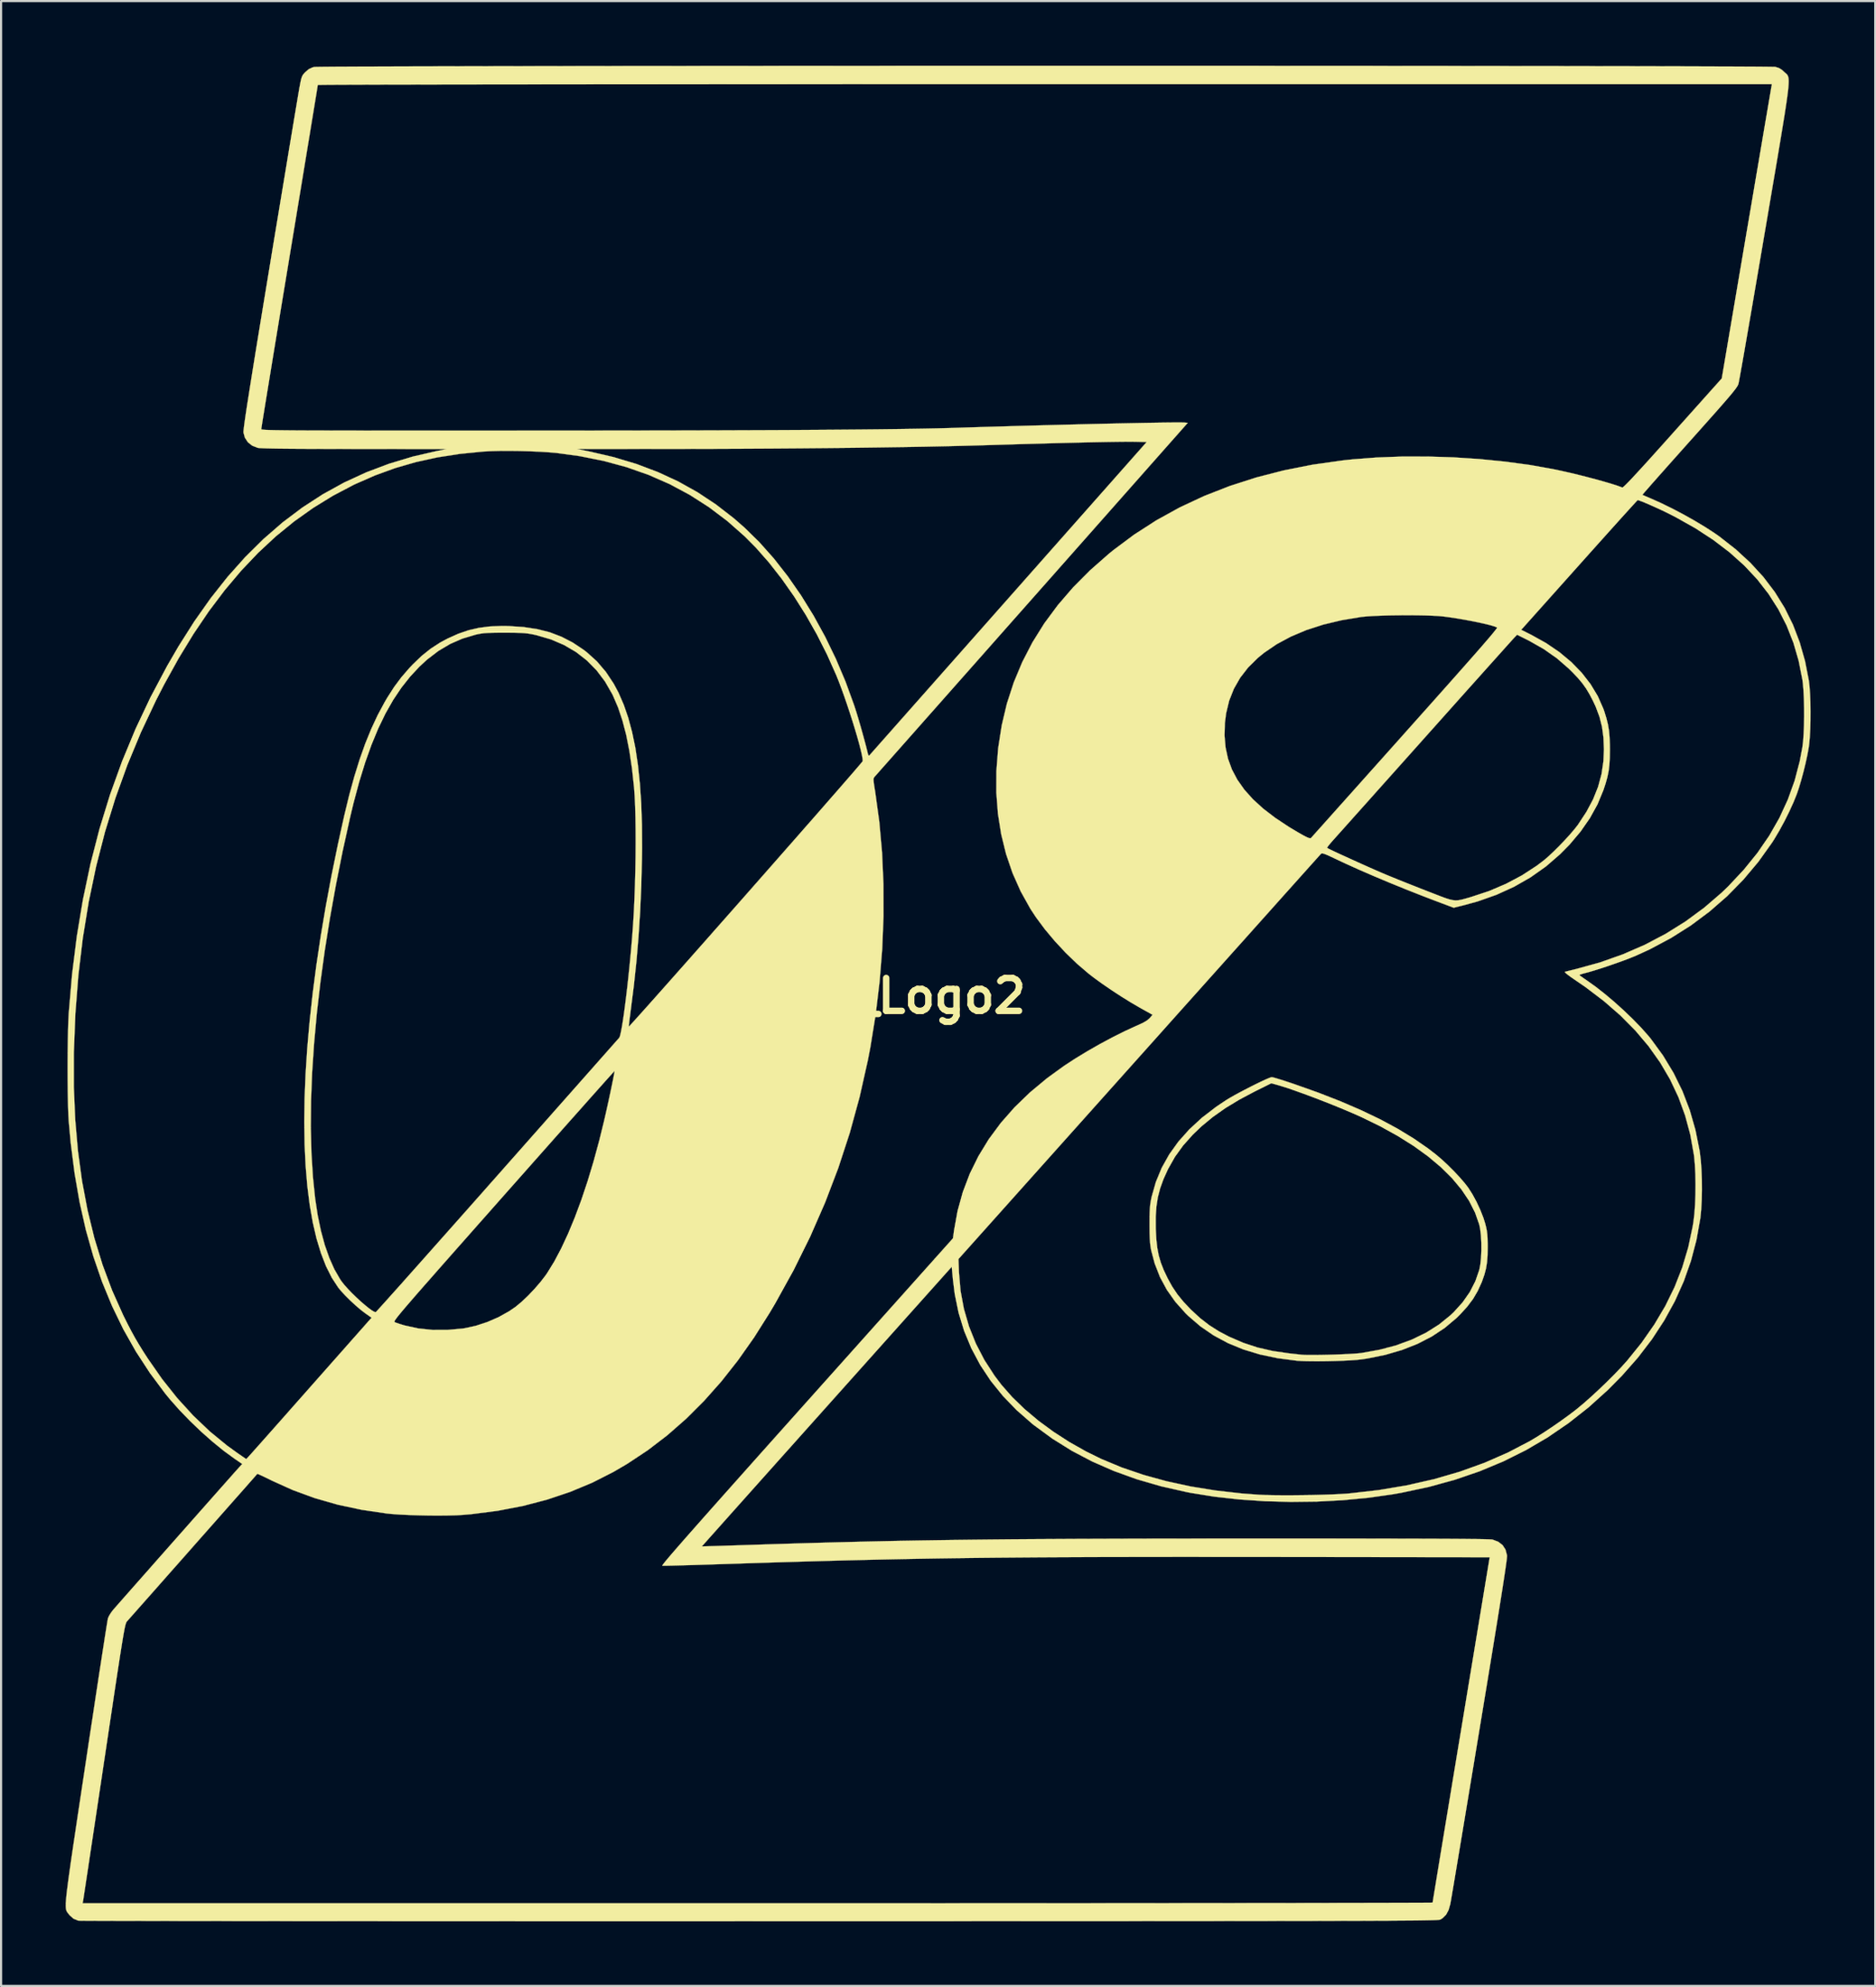
<source format=kicad_pcb>
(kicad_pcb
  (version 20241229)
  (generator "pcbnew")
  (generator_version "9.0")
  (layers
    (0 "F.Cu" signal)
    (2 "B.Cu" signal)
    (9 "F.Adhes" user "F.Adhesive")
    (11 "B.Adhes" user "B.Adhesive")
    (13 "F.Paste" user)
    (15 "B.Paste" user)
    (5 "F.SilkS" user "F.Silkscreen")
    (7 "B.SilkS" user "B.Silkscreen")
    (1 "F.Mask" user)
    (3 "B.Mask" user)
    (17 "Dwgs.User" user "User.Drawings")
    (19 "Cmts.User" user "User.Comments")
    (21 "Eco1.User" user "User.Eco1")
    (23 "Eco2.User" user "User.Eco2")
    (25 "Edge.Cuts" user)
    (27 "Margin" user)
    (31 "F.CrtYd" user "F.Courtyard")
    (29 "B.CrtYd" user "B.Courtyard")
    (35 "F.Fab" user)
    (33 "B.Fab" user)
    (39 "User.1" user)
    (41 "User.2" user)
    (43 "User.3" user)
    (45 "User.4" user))
  (footprint "z80_Logo2"
    (layer "F.Cu")
    (at 38.504 43.189)
    (property "Reference" "z80_Logo2" (at 0 0 0) (layer "F.SilkS") (effects (font (size 1.524 1.524) (thickness 0.3))))
    (attr through_hole)
    (fp_poly (pts (xy 17.574 3.781) (xy 17.706 3.818) (xy 17.894 3.875) (xy 18.124 3.948) (xy 18.384 4.034) (xy 18.545 4.088) (xy 19.667 4.486) (xy 20.707 4.892) (xy 21.667 5.306) (xy 22.551 5.73) (xy 23.36 6.166) (xy 24.098 6.615) (xy 24.766 7.077) (xy 25.134 7.361) (xy 25.403 7.589) (xy 25.687 7.853) (xy 25.97 8.135) (xy 26.234 8.417) (xy 26.463 8.682) (xy 26.631 8.899) (xy 26.824 9.202) (xy 27.016 9.556) (xy 27.19 9.931) (xy 27.334 10.297) (xy 27.419 10.567) (xy 27.464 10.747) (xy 27.496 10.908) (xy 27.516 11.071) (xy 27.528 11.261) (xy 27.533 11.501) (xy 27.534 11.642) (xy 27.529 12.027) (xy 27.504 12.355) (xy 27.457 12.649) (xy 27.382 12.935) (xy 27.276 13.237) (xy 27.255 13.291) (xy 27.072 13.693) (xy 26.854 14.065) (xy 26.586 14.421) (xy 26.257 14.782) (xy 26.083 14.953) (xy 25.544 15.407) (xy 24.943 15.806) (xy 24.28 16.148) (xy 23.557 16.433) (xy 22.776 16.661) (xy 21.937 16.831) (xy 21.675 16.87) (xy 21.452 16.894) (xy 21.162 16.915) (xy 20.824 16.932) (xy 20.454 16.945) (xy 20.071 16.954) (xy 19.692 16.958) (xy 19.336 16.957) (xy 19.019 16.951) (xy 18.761 16.939) (xy 18.669 16.932) (xy 17.781 16.816) (xy 16.953 16.641) (xy 16.182 16.407) (xy 15.467 16.113) (xy 14.806 15.757) (xy 14.196 15.339) (xy 13.635 14.857) (xy 13.504 14.729) (xy 13.031 14.2) (xy 12.637 13.643) (xy 12.318 13.052) (xy 12.072 12.422) (xy 11.909 11.811) (xy 11.88 11.65) (xy 11.858 11.475) (xy 11.844 11.27) (xy 11.835 11.018) (xy 11.832 10.702) (xy 11.832 10.604) (xy 11.833 10.295) (xy 11.834 10.239) (xy 12.118 10.239) (xy 12.119 10.764) (xy 12.121 10.837) (xy 12.145 11.293) (xy 12.189 11.688) (xy 12.257 12.043) (xy 12.356 12.382) (xy 12.49 12.725) (xy 12.666 13.095) (xy 12.669 13.102) (xy 12.885 13.493) (xy 13.125 13.85) (xy 13.407 14.196) (xy 13.747 14.555) (xy 13.755 14.563) (xy 14.176 14.952) (xy 14.599 15.28) (xy 15.05 15.567) (xy 15.515 15.812) (xy 16.174 16.098) (xy 16.848 16.32) (xy 17.554 16.482) (xy 18.309 16.591) (xy 18.508 16.613) (xy 18.691 16.633) (xy 18.832 16.648) (xy 18.881 16.654) (xy 19.02 16.663) (xy 19.228 16.668) (xy 19.49 16.668) (xy 19.792 16.664) (xy 20.116 16.657) (xy 20.449 16.648) (xy 20.775 16.635) (xy 21.079 16.621) (xy 21.345 16.605) (xy 21.559 16.588) (xy 21.673 16.575) (xy 22.512 16.424) (xy 23.293 16.216) (xy 24.014 15.951) (xy 24.674 15.631) (xy 25.272 15.254) (xy 25.806 14.822) (xy 25.954 14.682) (xy 26.369 14.224) (xy 26.705 13.744) (xy 26.964 13.237) (xy 27.143 12.721) (xy 27.193 12.469) (xy 27.226 12.158) (xy 27.242 11.813) (xy 27.24 11.457) (xy 27.221 11.116) (xy 27.185 10.812) (xy 27.142 10.608) (xy 26.949 10.058) (xy 26.674 9.515) (xy 26.316 8.982) (xy 25.879 8.459) (xy 25.363 7.948) (xy 24.771 7.45) (xy 24.103 6.967) (xy 23.36 6.5) (xy 22.546 6.05) (xy 21.689 5.632) (xy 21.3 5.458) (xy 20.868 5.274) (xy 20.408 5.085) (xy 19.935 4.897) (xy 19.462 4.715) (xy 19.003 4.544) (xy 18.573 4.39) (xy 18.186 4.258) (xy 17.856 4.155) (xy 17.742 4.122) (xy 17.486 4.051) (xy 16.712 4.435) (xy 15.996 4.815) (xy 15.353 5.205) (xy 14.774 5.614) (xy 14.248 6.048) (xy 13.843 6.435) (xy 13.392 6.94) (xy 13.014 7.463) (xy 12.698 8.021) (xy 12.676 8.065) (xy 12.476 8.508) (xy 12.325 8.927) (xy 12.217 9.341) (xy 12.15 9.772) (xy 12.118 10.239) (xy 11.834 10.239) (xy 11.838 10.051) (xy 11.848 9.855) (xy 11.863 9.688) (xy 11.887 9.533) (xy 11.919 9.369) (xy 11.931 9.317) (xy 12.126 8.632) (xy 12.397 7.978) (xy 12.745 7.355) (xy 13.171 6.761) (xy 13.675 6.196) (xy 14.257 5.658) (xy 14.92 5.148) (xy 15.381 4.839) (xy 15.549 4.737) (xy 15.759 4.617) (xy 15.999 4.486) (xy 16.256 4.351) (xy 16.518 4.216) (xy 16.774 4.088) (xy 17.01 3.974) (xy 17.215 3.879) (xy 17.376 3.81) (xy 17.481 3.773) (xy 17.509 3.768) (xy 17.574 3.781)) (stroke (width 0.01) (type solid)) (fill yes) (layer "F.SilkS"))
    (fp_poly (pts (xy 9.259 -43.184) (xy 10.725 -43.184) (xy 12.185 -43.184) (xy 13.636 -43.183) (xy 15.075 -43.183) (xy 16.501 -43.183) (xy 17.911 -43.182) (xy 19.303 -43.181) (xy 20.673 -43.181) (xy 22.02 -43.18) (xy 23.34 -43.179) (xy 24.633 -43.178) (xy 25.894 -43.177) (xy 27.122 -43.176) (xy 28.315 -43.174) (xy 29.469 -43.173) (xy 30.582 -43.172) (xy 31.653 -43.17) (xy 32.677 -43.168) (xy 33.654 -43.167) (xy 34.58 -43.165) (xy 35.453 -43.163) (xy 36.27 -43.161) (xy 37.03 -43.159) (xy 37.729 -43.156) (xy 38.365 -43.154) (xy 38.936 -43.152) (xy 39.44 -43.149) (xy 39.873 -43.147) (xy 40.233 -43.144) (xy 40.518 -43.141) (xy 40.726 -43.138) (xy 40.854 -43.136) (xy 40.898 -43.133) (xy 41.066 -43.079) (xy 41.21 -42.987) (xy 41.297 -42.906) (xy 41.338 -42.868) (xy 41.376 -42.836) (xy 41.41 -42.806) (xy 41.44 -42.774) (xy 41.465 -42.737) (xy 41.485 -42.69) (xy 41.5 -42.63) (xy 41.509 -42.554) (xy 41.512 -42.456) (xy 41.508 -42.334) (xy 41.497 -42.183) (xy 41.478 -42.001) (xy 41.45 -41.782) (xy 41.414 -41.523) (xy 41.369 -41.221) (xy 41.315 -40.871) (xy 41.25 -40.47) (xy 41.175 -40.014) (xy 41.089 -39.5) (xy 40.992 -38.922) (xy 40.883 -38.278) (xy 40.761 -37.564) (xy 40.627 -36.775) (xy 40.48 -35.909) (xy 40.405 -35.471) (xy 40.277 -34.719) (xy 40.152 -33.987) (xy 40.031 -33.28) (xy 39.915 -32.603) (xy 39.805 -31.96) (xy 39.7 -31.356) (xy 39.603 -30.795) (xy 39.514 -30.283) (xy 39.434 -29.822) (xy 39.363 -29.419) (xy 39.302 -29.077) (xy 39.253 -28.802) (xy 39.215 -28.597) (xy 39.19 -28.467) (xy 39.18 -28.42) (xy 39.163 -28.375) (xy 39.136 -28.322) (xy 39.094 -28.256) (xy 39.034 -28.172) (xy 38.952 -28.067) (xy 38.845 -27.935) (xy 38.708 -27.773) (xy 38.538 -27.576) (xy 38.331 -27.339) (xy 38.084 -27.059) (xy 37.792 -26.731) (xy 37.453 -26.35) (xy 37.062 -25.912) (xy 36.911 -25.744) (xy 36.564 -25.355) (xy 36.234 -24.985) (xy 35.925 -24.639) (xy 35.642 -24.32) (xy 35.389 -24.035) (xy 35.17 -23.787) (xy 34.99 -23.582) (xy 34.852 -23.424) (xy 34.761 -23.318) (xy 34.721 -23.27) (xy 34.72 -23.267) (xy 34.763 -23.247) (xy 34.866 -23.201) (xy 35.012 -23.139) (xy 35.115 -23.095) (xy 35.599 -22.878) (xy 36.112 -22.627) (xy 36.635 -22.352) (xy 37.147 -22.064) (xy 37.63 -21.774) (xy 38.064 -21.493) (xy 38.291 -21.334) (xy 39.05 -20.74) (xy 39.731 -20.114) (xy 40.337 -19.453) (xy 40.867 -18.756) (xy 41.324 -18.019) (xy 41.709 -17.241) (xy 42.024 -16.419) (xy 42.271 -15.549) (xy 42.448 -14.647) (xy 42.481 -14.367) (xy 42.505 -14.023) (xy 42.521 -13.633) (xy 42.527 -13.219) (xy 42.525 -12.799) (xy 42.514 -12.393) (xy 42.494 -12.021) (xy 42.465 -11.702) (xy 42.446 -11.557) (xy 42.383 -11.208) (xy 42.298 -10.816) (xy 42.198 -10.406) (xy 42.09 -10.005) (xy 41.98 -9.64) (xy 41.889 -9.374) (xy 41.732 -8.984) (xy 41.535 -8.553) (xy 41.312 -8.107) (xy 41.074 -7.67) (xy 40.836 -7.269) (xy 40.735 -7.112) (xy 40.103 -6.228) (xy 39.408 -5.401) (xy 38.653 -4.631) (xy 37.839 -3.922) (xy 36.968 -3.273) (xy 36.042 -2.688) (xy 35.063 -2.166) (xy 34.396 -1.861) (xy 34.146 -1.76) (xy 33.841 -1.644) (xy 33.502 -1.522) (xy 33.149 -1.399) (xy 32.803 -1.284) (xy 32.484 -1.184) (xy 32.213 -1.104) (xy 32.099 -1.074) (xy 31.952 -1.035) (xy 31.844 -1) (xy 31.795 -0.977) (xy 31.794 -0.975) (xy 31.827 -0.943) (xy 31.916 -0.877) (xy 32.046 -0.786) (xy 32.143 -0.72) (xy 32.544 -0.434) (xy 32.973 -0.098) (xy 33.415 0.274) (xy 33.852 0.668) (xy 34.27 1.069) (xy 34.653 1.463) (xy 34.985 1.836) (xy 35.112 1.99) (xy 35.677 2.764) (xy 36.165 3.571) (xy 36.578 4.414) (xy 36.917 5.296) (xy 37.182 6.218) (xy 37.376 7.184) (xy 37.387 7.26) (xy 37.431 7.627) (xy 37.462 8.054) (xy 37.48 8.519) (xy 37.484 8.997) (xy 37.474 9.466) (xy 37.451 9.903) (xy 37.414 10.284) (xy 37.408 10.329) (xy 37.23 11.327) (xy 36.974 12.298) (xy 36.641 13.243) (xy 36.228 14.164) (xy 35.735 15.061) (xy 35.162 15.937) (xy 34.508 16.791) (xy 33.772 17.626) (xy 33.112 18.293) (xy 32.222 19.096) (xy 31.293 19.827) (xy 30.325 20.489) (xy 29.314 21.082) (xy 28.257 21.608) (xy 27.153 22.068) (xy 25.998 22.463) (xy 24.79 22.794) (xy 23.526 23.063) (xy 23.128 23.133) (xy 21.99 23.295) (xy 20.811 23.408) (xy 19.607 23.472) (xy 18.392 23.487) (xy 17.183 23.454) (xy 15.995 23.373) (xy 14.843 23.244) (xy 13.743 23.067) (xy 13.547 23.029) (xy 12.362 22.76) (xy 11.24 22.435) (xy 10.178 22.053) (xy 9.172 21.613) (xy 8.222 21.114) (xy 7.324 20.554) (xy 6.476 19.934) (xy 6.378 19.856) (xy 5.661 19.229) (xy 5.02 18.566) (xy 4.456 17.867) (xy 3.968 17.131) (xy 3.557 16.36) (xy 3.222 15.553) (xy 2.964 14.711) (xy 2.784 13.834) (xy 2.698 13.144) (xy 2.646 12.57) (xy -3.159 19.059) (xy -3.727 19.694) (xy -4.28 20.312) (xy -4.815 20.911) (xy -5.33 21.486) (xy -5.821 22.036) (xy -6.287 22.557) (xy -6.724 23.046) (xy -7.13 23.501) (xy -7.503 23.918) (xy -7.839 24.295) (xy -8.136 24.628) (xy -8.392 24.915) (xy -8.604 25.152) (xy -8.768 25.337) (xy -8.884 25.467) (xy -8.947 25.539) (xy -8.959 25.553) (xy -8.917 25.553) (xy -8.799 25.55) (xy -8.615 25.545) (xy -8.374 25.538) (xy -8.085 25.529) (xy -7.756 25.518) (xy -7.398 25.507) (xy -7.303 25.504) (xy -6.359 25.473) (xy -5.45 25.444) (xy -4.571 25.417) (xy -3.717 25.392) (xy -2.883 25.369) (xy -2.064 25.348) (xy -1.255 25.328) (xy -0.45 25.31) (xy 0.354 25.293) (xy 1.163 25.278) (xy 1.982 25.265) (xy 2.816 25.253) (xy 3.67 25.242) (xy 4.549 25.232) (xy 5.458 25.223) (xy 6.402 25.216) (xy 7.385 25.21) (xy 8.414 25.204) (xy 9.493 25.2) (xy 10.626 25.196) (xy 11.819 25.193) (xy 13.078 25.191) (xy 14.406 25.19) (xy 15.809 25.189) (xy 17.243 25.189) (xy 18.421 25.189) (xy 19.517 25.189) (xy 20.533 25.19) (xy 21.471 25.19) (xy 22.333 25.191) (xy 23.122 25.193) (xy 23.841 25.194) (xy 24.49 25.196) (xy 25.074 25.198) (xy 25.593 25.2) (xy 26.051 25.203) (xy 26.449 25.206) (xy 26.789 25.21) (xy 27.075 25.213) (xy 27.309 25.217) (xy 27.492 25.222) (xy 27.627 25.227) (xy 27.716 25.232) (xy 27.762 25.238) (xy 27.763 25.238) (xy 28.027 25.339) (xy 28.227 25.494) (xy 28.361 25.702) (xy 28.43 25.965) (xy 28.432 25.98) (xy 28.43 26.032) (xy 28.421 26.132) (xy 28.402 26.283) (xy 28.374 26.487) (xy 28.336 26.746) (xy 28.288 27.064) (xy 28.23 27.442) (xy 28.16 27.882) (xy 28.08 28.387) (xy 27.988 28.96) (xy 27.884 29.601) (xy 27.768 30.315) (xy 27.639 31.102) (xy 27.497 31.966) (xy 27.341 32.909) (xy 27.172 33.933) (xy 27.162 33.994) (xy 27.028 34.801) (xy 26.898 35.588) (xy 26.771 36.352) (xy 26.649 37.088) (xy 26.532 37.791) (xy 26.421 38.458) (xy 26.317 39.084) (xy 26.22 39.664) (xy 26.131 40.195) (xy 26.051 40.672) (xy 25.981 41.09) (xy 25.921 41.446) (xy 25.872 41.734) (xy 25.835 41.951) (xy 25.81 42.093) (xy 25.8 42.149) (xy 25.719 42.434) (xy 25.602 42.651) (xy 25.442 42.811) (xy 25.343 42.874) (xy 25.332 42.879) (xy 25.314 42.883) (xy 25.288 42.887) (xy 25.251 42.891) (xy 25.203 42.895) (xy 25.14 42.899) (xy 25.062 42.902) (xy 24.967 42.905) (xy 24.852 42.908) (xy 24.716 42.911) (xy 24.558 42.914) (xy 24.375 42.917) (xy 24.165 42.92) (xy 23.928 42.922) (xy 23.661 42.924) (xy 23.361 42.926) (xy 23.029 42.929) (xy 22.661 42.93) (xy 22.256 42.932) (xy 21.812 42.934) (xy 21.327 42.936) (xy 20.8 42.937) (xy 20.228 42.938) (xy 19.611 42.94) (xy 18.946 42.941) (xy 18.231 42.942) (xy 17.464 42.943) (xy 16.645 42.944) (xy 15.77 42.945) (xy 14.839 42.946) (xy 13.849 42.947) (xy 12.799 42.947) (xy 11.686 42.948) (xy 10.51 42.949) (xy 9.267 42.949) (xy 7.958 42.95) (xy 6.579 42.95) (xy 5.128 42.951) (xy 3.605 42.951) (xy 2.008 42.952) (xy 0.333 42.952) (xy -1.419 42.952) (xy -3.252 42.953) (xy -5.167 42.953) (xy -6.287 42.953) (xy -7.917 42.954) (xy -9.528 42.954) (xy -11.116 42.954) (xy -12.679 42.954) (xy -14.215 42.954) (xy -15.722 42.954) (xy -17.199 42.954) (xy -18.642 42.953) (xy -20.05 42.953) (xy -21.421 42.953) (xy -22.752 42.952) (xy -24.042 42.951) (xy -25.288 42.951) (xy -26.489 42.95) (xy -27.642 42.949) (xy -28.745 42.948) (xy -29.797 42.947) (xy -30.794 42.946) (xy -31.735 42.945) (xy -32.618 42.944) (xy -33.441 42.943) (xy -34.202 42.942) (xy -34.898 42.94) (xy -35.527 42.939) (xy -36.088 42.938) (xy -36.578 42.936) (xy -36.995 42.935) (xy -37.338 42.933) (xy -37.603 42.932) (xy -37.79 42.93) (xy -37.895 42.928) (xy -37.919 42.927) (xy -38.139 42.837) (xy -38.322 42.676) (xy -38.365 42.62) (xy -38.394 42.582) (xy -38.421 42.548) (xy -38.444 42.514) (xy -38.464 42.476) (xy -38.48 42.429) (xy -38.491 42.37) (xy -38.498 42.296) (xy -38.499 42.201) (xy -38.497 42.122) (xy -37.721 42.122) (xy -6.372 42.122) (xy -4.746 42.122) (xy -3.14 42.121) (xy -1.558 42.121) (xy -0.001 42.121) (xy 1.529 42.121) (xy 3.03 42.12) (xy 4.5 42.12) (xy 5.936 42.119) (xy 7.337 42.118) (xy 8.7 42.118) (xy 10.023 42.117) (xy 11.305 42.116) (xy 12.543 42.115) (xy 13.735 42.114) (xy 14.879 42.113) (xy 15.973 42.112) (xy 17.015 42.111) (xy 18.003 42.11) (xy 18.934 42.109) (xy 19.807 42.107) (xy 20.62 42.106) (xy 21.37 42.105) (xy 22.055 42.103) (xy 22.674 42.102) (xy 23.224 42.1) (xy 23.703 42.099) (xy 24.109 42.097) (xy 24.44 42.096) (xy 24.694 42.094) (xy 24.868 42.093) (xy 24.962 42.091) (xy 24.978 42.09) (xy 24.985 42.046) (xy 25.005 41.922) (xy 25.037 41.723) (xy 25.082 41.452) (xy 25.137 41.114) (xy 25.203 40.713) (xy 25.279 40.253) (xy 25.364 39.737) (xy 25.458 39.171) (xy 25.559 38.558) (xy 25.668 37.902) (xy 25.783 37.206) (xy 25.903 36.476) (xy 26.029 35.716) (xy 26.159 34.929) (xy 26.294 34.119) (xy 26.304 34.057) (xy 27.628 26.056) (xy 17.762 26.043) (xy 16.26 26.042) (xy 14.837 26.041) (xy 13.488 26.04) (xy 12.208 26.041) (xy 10.992 26.043) (xy 9.834 26.045) (xy 8.729 26.049) (xy 7.671 26.054) (xy 6.656 26.06) (xy 5.678 26.068) (xy 4.732 26.076) (xy 3.812 26.086) (xy 2.914 26.098) (xy 2.031 26.111) (xy 1.159 26.126) (xy 0.293 26.143) (xy -0.574 26.161) (xy -1.445 26.181) (xy -2.327 26.203) (xy -3.225 26.227) (xy -4.144 26.253) (xy -5.09 26.281) (xy -6.067 26.311) (xy -7.081 26.344) (xy -8.097 26.377) (xy -8.562 26.392) (xy -9.003 26.406) (xy -9.412 26.419) (xy -9.783 26.429) (xy -10.108 26.438) (xy -10.379 26.445) (xy -10.589 26.45) (xy -10.73 26.452) (xy -10.794 26.451) (xy -10.796 26.451) (xy -10.795 26.437) (xy -10.769 26.397) (xy -10.717 26.328) (xy -10.638 26.23) (xy -10.53 26.101) (xy -10.391 25.937) (xy -10.219 25.738) (xy -10.013 25.501) (xy -9.771 25.224) (xy -9.491 24.906) (xy -9.172 24.545) (xy -8.812 24.138) (xy -8.41 23.685) (xy -7.962 23.182) (xy -7.469 22.628) (xy -6.928 22.021) (xy -6.338 21.359) (xy -5.696 20.64) (xy -5.001 19.863) (xy -4.252 19.025) (xy -4.089 18.843) (xy 1.841 12.213) (xy 2.956 12.213) (xy 2.979 12.827) (xy 3.053 13.686) (xy 3.209 14.524) (xy 3.446 15.341) (xy 3.762 16.131) (xy 4.157 16.894) (xy 4.63 17.625) (xy 4.956 18.055) (xy 5.455 18.622) (xy 6.029 19.178) (xy 6.668 19.715) (xy 7.363 20.226) (xy 8.103 20.705) (xy 8.88 21.144) (xy 9.594 21.495) (xy 10.539 21.888) (xy 11.549 22.232) (xy 12.618 22.527) (xy 13.74 22.77) (xy 14.91 22.96) (xy 16.123 23.097) (xy 16.912 23.155) (xy 17.21 23.168) (xy 17.574 23.176) (xy 17.991 23.18) (xy 18.442 23.18) (xy 18.914 23.175) (xy 19.388 23.168) (xy 19.849 23.156) (xy 20.282 23.142) (xy 20.67 23.124) (xy 20.996 23.104) (xy 21.124 23.093) (xy 22.487 22.937) (xy 23.794 22.716) (xy 25.045 22.432) (xy 26.242 22.084) (xy 27.385 21.672) (xy 28.473 21.196) (xy 29.485 20.668) (xy 29.792 20.486) (xy 30.144 20.263) (xy 30.52 20.013) (xy 30.899 19.751) (xy 31.26 19.491) (xy 31.585 19.246) (xy 31.702 19.153) (xy 32.007 18.898) (xy 32.348 18.596) (xy 32.707 18.264) (xy 33.068 17.917) (xy 33.414 17.572) (xy 33.727 17.245) (xy 33.991 16.952) (xy 34.005 16.937) (xy 34.68 16.102) (xy 35.272 15.254) (xy 35.784 14.391) (xy 36.216 13.509) (xy 36.571 12.604) (xy 36.849 11.673) (xy 37.053 10.713) (xy 37.09 10.487) (xy 37.134 10.119) (xy 37.165 9.691) (xy 37.183 9.225) (xy 37.188 8.744) (xy 37.18 8.272) (xy 37.157 7.831) (xy 37.122 7.445) (xy 37.111 7.366) (xy 36.945 6.44) (xy 36.705 5.55) (xy 36.393 4.696) (xy 36.006 3.875) (xy 35.543 3.087) (xy 35.005 2.329) (xy 34.389 1.601) (xy 33.696 0.902) (xy 32.923 0.23) (xy 32.07 -0.417) (xy 31.585 -0.75) (xy 31.397 -0.879) (xy 31.25 -0.988) (xy 31.153 -1.068) (xy 31.116 -1.113) (xy 31.12 -1.119) (xy 31.183 -1.137) (xy 31.309 -1.169) (xy 31.479 -1.211) (xy 31.644 -1.252) (xy 32.749 -1.557) (xy 33.811 -1.933) (xy 34.83 -2.376) (xy 35.801 -2.886) (xy 36.721 -3.46) (xy 37.588 -4.097) (xy 38.399 -4.795) (xy 38.716 -5.101) (xy 39.428 -5.861) (xy 40.059 -6.64) (xy 40.61 -7.441) (xy 41.081 -8.265) (xy 41.473 -9.116) (xy 41.789 -9.994) (xy 42.028 -10.902) (xy 42.151 -11.557) (xy 42.184 -11.832) (xy 42.208 -12.173) (xy 42.224 -12.559) (xy 42.231 -12.971) (xy 42.23 -13.39) (xy 42.22 -13.798) (xy 42.201 -14.174) (xy 42.174 -14.499) (xy 42.15 -14.688) (xy 41.975 -15.567) (xy 41.731 -16.403) (xy 41.417 -17.198) (xy 41.033 -17.952) (xy 40.577 -18.668) (xy 40.048 -19.347) (xy 39.445 -19.99) (xy 38.767 -20.597) (xy 38.013 -21.172) (xy 37.182 -21.714) (xy 36.273 -22.225) (xy 35.983 -22.374) (xy 35.759 -22.484) (xy 35.52 -22.597) (xy 35.279 -22.707) (xy 35.049 -22.809) (xy 34.843 -22.897) (xy 34.673 -22.965) (xy 34.554 -23.008) (xy 34.498 -23.02) (xy 34.497 -23.02) (xy 34.465 -22.987) (xy 34.38 -22.896) (xy 34.247 -22.75) (xy 34.069 -22.554) (xy 33.85 -22.313) (xy 33.595 -22.03) (xy 33.307 -21.71) (xy 32.99 -21.357) (xy 32.648 -20.976) (xy 32.285 -20.571) (xy 31.905 -20.146) (xy 31.778 -20.004) (xy 29.092 -17) (xy 29.57 -16.76) (xy 30.25 -16.382) (xy 30.867 -15.962) (xy 31.418 -15.503) (xy 31.901 -15.007) (xy 32.311 -14.479) (xy 32.647 -13.922) (xy 32.905 -13.338) (xy 32.951 -13.208) (xy 33.048 -12.895) (xy 33.119 -12.607) (xy 33.167 -12.322) (xy 33.195 -12.014) (xy 33.208 -11.66) (xy 33.21 -11.43) (xy 33.204 -11.05) (xy 33.186 -10.73) (xy 33.151 -10.443) (xy 33.094 -10.166) (xy 33.013 -9.874) (xy 32.906 -9.551) (xy 32.636 -8.899) (xy 32.283 -8.26) (xy 31.85 -7.636) (xy 31.339 -7.03) (xy 30.896 -6.581) (xy 30.241 -6.014) (xy 29.53 -5.512) (xy 28.765 -5.074) (xy 27.945 -4.7) (xy 27.072 -4.392) (xy 26.43 -4.215) (xy 25.957 -4.098) (xy 25.223 -4.373) (xy 24.467 -4.662) (xy 23.707 -4.962) (xy 22.958 -5.267) (xy 22.234 -5.571) (xy 21.55 -5.868) (xy 20.922 -6.152) (xy 20.498 -6.351) (xy 20.257 -6.465) (xy 20.081 -6.545) (xy 19.957 -6.595) (xy 19.876 -6.618) (xy 19.825 -6.619) (xy 19.793 -6.602) (xy 19.792 -6.601) (xy 19.76 -6.565) (xy 19.673 -6.468) (xy 19.534 -6.313) (xy 19.345 -6.102) (xy 19.109 -5.839) (xy 18.827 -5.524) (xy 18.502 -5.161) (xy 18.136 -4.753) (xy 17.732 -4.301) (xy 17.291 -3.808) (xy 16.815 -3.277) (xy 16.308 -2.709) (xy 15.77 -2.109) (xy 15.205 -1.477) (xy 14.614 -0.817) (xy 14 -0.131) (xy 13.365 0.578) (xy 12.711 1.309) (xy 12.041 2.059) (xy 11.356 2.824) (xy 11.345 2.836) (xy 2.956 12.213) (xy 1.841 12.213) (xy 2.702 11.25) (xy 2.752 10.885) (xy 2.916 9.977) (xy 3.16 9.099) (xy 3.482 8.252) (xy 3.884 7.436) (xy 4.364 6.65) (xy 4.922 5.896) (xy 5.559 5.172) (xy 6.274 4.48) (xy 7.068 3.82) (xy 7.853 3.25) (xy 8.365 2.915) (xy 8.927 2.573) (xy 9.516 2.236) (xy 10.11 1.918) (xy 10.687 1.629) (xy 11.225 1.383) (xy 11.282 1.359) (xy 11.526 1.246) (xy 11.701 1.144) (xy 11.821 1.044) (xy 11.839 1.026) (xy 11.972 0.873) (xy 11.373 0.539) (xy 10.955 0.295) (xy 10.51 0.019) (xy 10.06 -0.275) (xy 9.627 -0.572) (xy 9.233 -0.858) (xy 8.996 -1.042) (xy 8.467 -1.494) (xy 7.942 -2) (xy 7.438 -2.541) (xy 6.97 -3.099) (xy 6.555 -3.658) (xy 6.299 -4.048) (xy 5.847 -4.858) (xy 5.47 -5.706) (xy 5.168 -6.592) (xy 5.098 -6.876) (xy 20.076 -6.876) (xy 20.124 -6.849) (xy 20.24 -6.791) (xy 20.412 -6.709) (xy 20.63 -6.607) (xy 20.883 -6.491) (xy 21.162 -6.364) (xy 21.455 -6.231) (xy 21.751 -6.098) (xy 22.041 -5.968) (xy 22.314 -5.848) (xy 22.56 -5.741) (xy 22.767 -5.652) (xy 22.818 -5.631) (xy 23.061 -5.531) (xy 23.364 -5.408) (xy 23.706 -5.271) (xy 24.069 -5.127) (xy 24.432 -4.984) (xy 24.744 -4.862) (xy 25.086 -4.729) (xy 25.361 -4.623) (xy 25.581 -4.542) (xy 25.759 -4.486) (xy 25.907 -4.452) (xy 26.038 -4.438) (xy 26.164 -4.444) (xy 26.297 -4.467) (xy 26.45 -4.506) (xy 26.636 -4.559) (xy 26.776 -4.6) (xy 27.598 -4.872) (xy 28.384 -5.207) (xy 29.124 -5.599) (xy 29.807 -6.043) (xy 30.157 -6.309) (xy 30.362 -6.485) (xy 30.6 -6.709) (xy 30.855 -6.962) (xy 31.11 -7.228) (xy 31.35 -7.491) (xy 31.558 -7.734) (xy 31.72 -7.94) (xy 31.733 -7.959) (xy 32.121 -8.549) (xy 32.43 -9.13) (xy 32.662 -9.71) (xy 32.821 -10.299) (xy 32.911 -10.905) (xy 32.934 -11.451) (xy 32.912 -11.998) (xy 32.845 -12.494) (xy 32.727 -12.963) (xy 32.552 -13.428) (xy 32.428 -13.695) (xy 32.267 -14.003) (xy 32.107 -14.271) (xy 31.931 -14.518) (xy 31.725 -14.763) (xy 31.475 -15.026) (xy 31.295 -15.203) (xy 30.747 -15.679) (xy 30.137 -16.107) (xy 29.46 -16.491) (xy 29.408 -16.517) (xy 28.901 -16.771) (xy 28.764 -16.63) (xy 28.72 -16.582) (xy 28.623 -16.475) (xy 28.476 -16.312) (xy 28.283 -16.096) (xy 28.047 -15.833) (xy 27.771 -15.525) (xy 27.458 -15.176) (xy 27.113 -14.79) (xy 26.737 -14.371) (xy 26.335 -13.922) (xy 25.911 -13.447) (xy 25.466 -12.949) (xy 25.005 -12.433) (xy 24.657 -12.044) (xy 24.182 -11.512) (xy 23.719 -10.994) (xy 23.271 -10.493) (xy 22.842 -10.013) (xy 22.435 -9.558) (xy 22.055 -9.131) (xy 21.703 -8.738) (xy 21.384 -8.382) (xy 21.102 -8.066) (xy 20.86 -7.795) (xy 20.661 -7.573) (xy 20.509 -7.403) (xy 20.408 -7.29) (xy 20.37 -7.249) (xy 20.246 -7.107) (xy 20.148 -6.989) (xy 20.089 -6.907) (xy 20.076 -6.876) (xy 5.098 -6.876) (xy 4.942 -7.511) (xy 4.791 -8.461) (xy 4.716 -9.44) (xy 4.719 -10.445) (xy 4.799 -11.474) (xy 4.804 -11.521) (xy 4.893 -12.09) (xy 15.313 -12.09) (xy 15.361 -11.539) (xy 15.474 -11.016) (xy 15.656 -10.517) (xy 15.909 -10.039) (xy 16.234 -9.578) (xy 16.634 -9.132) (xy 17.111 -8.697) (xy 17.667 -8.271) (xy 18.304 -7.849) (xy 18.761 -7.577) (xy 18.975 -7.456) (xy 19.129 -7.376) (xy 19.232 -7.333) (xy 19.295 -7.32) (xy 19.328 -7.334) (xy 19.362 -7.371) (xy 19.448 -7.468) (xy 19.585 -7.621) (xy 19.769 -7.826) (xy 19.997 -8.081) (xy 20.266 -8.382) (xy 20.573 -8.726) (xy 20.915 -9.108) (xy 21.288 -9.525) (xy 21.69 -9.975) (xy 22.117 -10.453) (xy 22.567 -10.956) (xy 23.036 -11.481) (xy 23.521 -12.023) (xy 23.705 -12.23) (xy 24.31 -12.908) (xy 24.861 -13.524) (xy 25.358 -14.083) (xy 25.806 -14.586) (xy 26.204 -15.035) (xy 26.556 -15.433) (xy 26.864 -15.782) (xy 27.129 -16.084) (xy 27.354 -16.343) (xy 27.54 -16.559) (xy 27.691 -16.736) (xy 27.806 -16.876) (xy 27.89 -16.981) (xy 27.944 -17.053) (xy 27.969 -17.095) (xy 27.97 -17.109) (xy 27.856 -17.155) (xy 27.671 -17.211) (xy 27.427 -17.272) (xy 27.137 -17.337) (xy 26.814 -17.403) (xy 26.469 -17.468) (xy 26.117 -17.528) (xy 25.769 -17.581) (xy 25.485 -17.619) (xy 25.258 -17.64) (xy 24.962 -17.656) (xy 24.612 -17.667) (xy 24.222 -17.674) (xy 23.809 -17.676) (xy 23.387 -17.674) (xy 22.972 -17.668) (xy 22.578 -17.657) (xy 22.221 -17.642) (xy 21.916 -17.623) (xy 21.679 -17.6) (xy 21.654 -17.597) (xy 20.746 -17.445) (xy 19.898 -17.242) (xy 19.113 -16.988) (xy 18.392 -16.684) (xy 17.736 -16.332) (xy 17.148 -15.931) (xy 16.859 -15.695) (xy 16.412 -15.254) (xy 16.041 -14.776) (xy 15.747 -14.262) (xy 15.528 -13.71) (xy 15.386 -13.12) (xy 15.329 -12.67) (xy 15.313 -12.09) (xy 4.893 -12.09) (xy 4.967 -12.565) (xy 5.207 -13.576) (xy 5.525 -14.554) (xy 5.92 -15.5) (xy 6.392 -16.414) (xy 6.943 -17.297) (xy 7.573 -18.148) (xy 8.281 -18.97) (xy 9.068 -19.761) (xy 9.934 -20.523) (xy 10.141 -20.692) (xy 11.117 -21.42) (xy 12.146 -22.082) (xy 13.228 -22.679) (xy 14.361 -23.209) (xy 15.547 -23.673) (xy 16.783 -24.071) (xy 18.07 -24.402) (xy 19.406 -24.666) (xy 20.793 -24.863) (xy 21.249 -24.912) (xy 22.366 -24.998) (xy 23.533 -25.042) (xy 24.732 -25.044) (xy 25.945 -25.006) (xy 27.154 -24.927) (xy 28.34 -24.809) (xy 29.486 -24.654) (xy 30.544 -24.466) (xy 30.92 -24.387) (xy 31.321 -24.297) (xy 31.734 -24.198) (xy 32.146 -24.094) (xy 32.544 -23.989) (xy 32.915 -23.886) (xy 33.246 -23.789) (xy 33.524 -23.701) (xy 33.736 -23.625) (xy 33.784 -23.605) (xy 33.813 -23.617) (xy 33.873 -23.667) (xy 33.967 -23.757) (xy 34.097 -23.889) (xy 34.266 -24.068) (xy 34.476 -24.295) (xy 34.731 -24.572) (xy 35.032 -24.903) (xy 35.381 -25.291) (xy 35.782 -25.737) (xy 36.128 -26.124) (xy 38.406 -28.67) (xy 39.544 -35.364) (xy 39.671 -36.107) (xy 39.794 -36.829) (xy 39.912 -37.525) (xy 40.025 -38.19) (xy 40.133 -38.82) (xy 40.233 -39.411) (xy 40.326 -39.957) (xy 40.411 -40.455) (xy 40.487 -40.899) (xy 40.553 -41.286) (xy 40.608 -41.611) (xy 40.652 -41.869) (xy 40.684 -42.055) (xy 40.703 -42.166) (xy 40.709 -42.196) (xy 40.734 -42.333) (xy 6.969 -42.333) (xy 4.938 -42.333) (xy 2.96 -42.333) (xy 1.035 -42.333) (xy -0.836 -42.333) (xy -2.652 -42.332) (xy -4.411 -42.332) (xy -6.112 -42.331) (xy -7.755 -42.33) (xy -9.338 -42.329) (xy -10.86 -42.329) (xy -12.32 -42.328) (xy -13.717 -42.327) (xy -15.05 -42.325) (xy -16.317 -42.324) (xy -17.518 -42.323) (xy -18.651 -42.322) (xy -19.715 -42.32) (xy -20.71 -42.319) (xy -21.633 -42.317) (xy -22.485 -42.315) (xy -23.263 -42.314) (xy -23.967 -42.312) (xy -24.596 -42.31) (xy -25.148 -42.308) (xy -25.623 -42.306) (xy -26.019 -42.304) (xy -26.335 -42.302) (xy -26.57 -42.299) (xy -26.723 -42.297) (xy -26.792 -42.295) (xy -26.797 -42.294) (xy -26.804 -42.249) (xy -26.824 -42.124) (xy -26.856 -41.924) (xy -26.901 -41.653) (xy -26.956 -41.315) (xy -27.022 -40.913) (xy -27.098 -40.453) (xy -27.182 -39.937) (xy -27.276 -39.371) (xy -27.377 -38.758) (xy -27.485 -38.102) (xy -27.599 -37.407) (xy -27.72 -36.679) (xy -27.845 -35.919) (xy -27.975 -35.133) (xy -28.109 -34.326) (xy -28.109 -34.323) (xy -28.243 -33.514) (xy -28.373 -32.728) (xy -28.499 -31.967) (xy -28.619 -31.237) (xy -28.734 -30.54) (xy -28.842 -29.883) (xy -28.943 -29.267) (xy -29.036 -28.699) (xy -29.121 -28.181) (xy -29.197 -27.717) (xy -29.263 -27.313) (xy -29.318 -26.972) (xy -29.363 -26.698) (xy -29.395 -26.495) (xy -29.415 -26.367) (xy -29.422 -26.319) (xy -29.418 -26.311) (xy -29.406 -26.305) (xy -29.382 -26.298) (xy -29.344 -26.293) (xy -29.288 -26.287) (xy -29.211 -26.282) (xy -29.112 -26.278) (xy -28.985 -26.274) (xy -28.83 -26.27) (xy -28.642 -26.267) (xy -28.42 -26.264) (xy -28.159 -26.261) (xy -27.857 -26.258) (xy -27.511 -26.256) (xy -27.119 -26.254) (xy -26.677 -26.253) (xy -26.182 -26.252) (xy -25.631 -26.25) (xy -25.022 -26.25) (xy -24.352 -26.249) (xy -23.617 -26.248) (xy -22.814 -26.248) (xy -21.942 -26.248) (xy -20.996 -26.247) (xy -19.974 -26.247) (xy -18.873 -26.247) (xy -17.791 -26.247) (xy -15.999 -26.248) (xy -14.292 -26.249) (xy -12.667 -26.251) (xy -11.123 -26.253) (xy -9.661 -26.256) (xy -8.278 -26.26) (xy -6.973 -26.265) (xy -5.747 -26.27) (xy -4.597 -26.276) (xy -3.522 -26.283) (xy -2.523 -26.291) (xy -1.597 -26.299) (xy -0.743 -26.308) (xy 0.039 -26.318) (xy 0.75 -26.329) (xy 1.391 -26.34) (xy 1.964 -26.352) (xy 2.469 -26.365) (xy 2.752 -26.373) (xy 3.463 -26.396) (xy 4.187 -26.418) (xy 4.919 -26.439) (xy 5.654 -26.461) (xy 6.385 -26.481) (xy 7.109 -26.5) (xy 7.819 -26.519) (xy 8.511 -26.536) (xy 9.18 -26.553) (xy 9.819 -26.568) (xy 10.424 -26.581) (xy 10.99 -26.593) (xy 11.512 -26.604) (xy 11.983 -26.612) (xy 12.399 -26.619) (xy 12.755 -26.624) (xy 13.046 -26.626) (xy 13.266 -26.626) (xy 13.409 -26.624) (xy 13.459 -26.621) (xy 13.604 -26.607) (xy 6.373 -18.436) (xy 5.739 -17.72) (xy 5.119 -17.02) (xy 4.516 -16.338) (xy 3.932 -15.678) (xy 3.369 -15.042) (xy 2.83 -14.434) (xy 2.317 -13.854) (xy 1.833 -13.307) (xy 1.379 -12.795) (xy 0.959 -12.32) (xy 0.575 -11.886) (xy 0.228 -11.494) (xy -0.078 -11.149) (xy -0.341 -10.851) (xy -0.56 -10.605) (xy -0.73 -10.412) (xy -0.851 -10.275) (xy -0.92 -10.198) (xy -0.935 -10.181) (xy -0.964 -10.144) (xy -0.982 -10.102) (xy -0.988 -10.039) (xy -0.981 -9.942) (xy -0.962 -9.797) (xy -0.929 -9.589) (xy -0.91 -9.476) (xy -0.72 -8.093) (xy -0.592 -6.664) (xy -0.527 -5.197) (xy -0.524 -3.701) (xy -0.584 -2.187) (xy -0.706 -0.663) (xy -0.889 0.862) (xy -1.134 2.377) (xy -1.253 2.994) (xy -1.634 4.69) (xy -2.09 6.352) (xy -2.624 7.984) (xy -3.236 9.588) (xy -3.927 11.169) (xy -4.699 12.73) (xy -5.553 14.273) (xy -5.812 14.71) (xy -6.531 15.848) (xy -7.277 16.907) (xy -8.051 17.889) (xy -8.856 18.796) (xy -9.692 19.63) (xy -10.563 20.393) (xy -11.47 21.087) (xy -12.416 21.714) (xy -13.064 22.094) (xy -14.044 22.592) (xy -15.074 23.021) (xy -16.152 23.383) (xy -17.276 23.676) (xy -18.442 23.9) (xy -19.65 24.055) (xy -20.066 24.091) (xy -20.387 24.109) (xy -20.772 24.119) (xy -21.201 24.123) (xy -21.657 24.12) (xy -22.119 24.11) (xy -22.569 24.095) (xy -22.988 24.075) (xy -23.356 24.049) (xy -23.601 24.024) (xy -24.76 23.853) (xy -25.869 23.616) (xy -26.931 23.312) (xy -27.95 22.94) (xy -28.93 22.498) (xy -28.987 22.469) (xy -29.192 22.368) (xy -29.369 22.283) (xy -29.505 22.222) (xy -29.587 22.189) (xy -29.605 22.185) (xy -29.638 22.223) (xy -29.723 22.32) (xy -29.855 22.469) (xy -30.029 22.667) (xy -30.242 22.909) (xy -30.489 23.188) (xy -30.765 23.5) (xy -31.066 23.841) (xy -31.387 24.204) (xy -31.724 24.585) (xy -32.072 24.979) (xy -32.428 25.381) (xy -32.785 25.786) (xy -33.141 26.189) (xy -33.491 26.584) (xy -33.829 26.966) (xy -34.152 27.332) (xy -34.455 27.675) (xy -34.734 27.99) (xy -34.984 28.272) (xy -35.201 28.517) (xy -35.38 28.72) (xy -35.517 28.874) (xy -35.607 28.976) (xy -35.646 29.019) (xy -35.646 29.02) (xy -35.662 29.038) (xy -35.677 29.059) (xy -35.692 29.088) (xy -35.708 29.128) (xy -35.724 29.183) (xy -35.743 29.257) (xy -35.764 29.355) (xy -35.789 29.48) (xy -35.817 29.636) (xy -35.85 29.827) (xy -35.888 30.058) (xy -35.932 30.332) (xy -35.983 30.653) (xy -36.04 31.025) (xy -36.106 31.452) (xy -36.18 31.939) (xy -36.263 32.488) (xy -36.355 33.105) (xy -36.459 33.793) (xy -36.573 34.556) (xy -36.699 35.398) (xy -36.721 35.539) (xy -36.829 36.265) (xy -36.935 36.97) (xy -37.037 37.647) (xy -37.134 38.294) (xy -37.226 38.904) (xy -37.312 39.474) (xy -37.391 39.999) (xy -37.462 40.474) (xy -37.526 40.894) (xy -37.581 41.256) (xy -37.626 41.553) (xy -37.661 41.783) (xy -37.685 41.939) (xy -37.698 42.018) (xy -37.699 42.026) (xy -37.721 42.122) (xy -38.497 42.122) (xy -38.495 42.083) (xy -38.485 41.936) (xy -38.468 41.758) (xy -38.444 41.544) (xy -38.412 41.29) (xy -38.373 40.992) (xy -38.325 40.647) (xy -38.269 40.25) (xy -38.203 39.797) (xy -38.127 39.285) (xy -38.041 38.71) (xy -37.945 38.067) (xy -37.837 37.353) (xy -37.718 36.563) (xy -37.587 35.694) (xy -37.569 35.577) (xy -37.459 34.842) (xy -37.351 34.128) (xy -37.246 33.441) (xy -37.147 32.783) (xy -37.052 32.161) (xy -36.963 31.579) (xy -36.88 31.041) (xy -36.805 30.552) (xy -36.737 30.117) (xy -36.679 29.74) (xy -36.629 29.426) (xy -36.59 29.18) (xy -36.561 29.007) (xy -36.544 28.91) (xy -36.541 28.892) (xy -36.488 28.773) (xy -36.396 28.626) (xy -36.292 28.49) (xy -36.22 28.409) (xy -36.1 28.272) (xy -35.936 28.085) (xy -35.731 27.853) (xy -35.492 27.582) (xy -35.222 27.276) (xy -34.926 26.941) (xy -34.609 26.582) (xy -34.276 26.204) (xy -33.93 25.813) (xy -33.577 25.414) (xy -33.222 25.012) (xy -32.868 24.612) (xy -32.521 24.22) (xy -32.185 23.84) (xy -31.864 23.478) (xy -31.565 23.14) (xy -31.29 22.829) (xy -31.045 22.553) (xy -30.834 22.315) (xy -30.662 22.121) (xy -30.533 21.977) (xy -30.453 21.887) (xy -30.428 21.859) (xy -30.303 21.727) (xy -30.677 21.47) (xy -31.17 21.11) (xy -31.686 20.69) (xy -32.209 20.228) (xy -32.722 19.737) (xy -33.209 19.235) (xy -33.652 18.736) (xy -33.881 18.457) (xy -34.591 17.504) (xy -35.239 16.511) (xy -35.824 15.476) (xy -36.348 14.396) (xy -36.813 13.269) (xy -37.218 12.091) (xy -37.566 10.861) (xy -37.856 9.574) (xy -38.09 8.23) (xy -38.269 6.824) (xy -38.362 5.8) (xy -38.377 5.542) (xy -38.39 5.214) (xy -38.399 4.827) (xy -38.407 4.395) (xy -38.408 4.226) (xy -38.126 4.226) (xy -38.062 5.733) (xy -37.935 7.189) (xy -37.744 8.593) (xy -37.489 9.944) (xy -37.172 11.24) (xy -36.791 12.483) (xy -36.347 13.669) (xy -35.841 14.8) (xy -35.821 14.841) (xy -35.626 15.232) (xy -35.45 15.569) (xy -35.281 15.877) (xy -35.103 16.179) (xy -34.904 16.501) (xy -34.685 16.839) (xy -34.026 17.785) (xy -33.326 18.664) (xy -32.589 19.473) (xy -31.816 20.21) (xy -31.01 20.871) (xy -30.522 21.223) (xy -30.12 21.499) (xy -30.03 21.407) (xy -29.99 21.363) (xy -29.897 21.26) (xy -29.757 21.102) (xy -29.572 20.894) (xy -29.346 20.64) (xy -29.084 20.345) (xy -28.79 20.013) (xy -28.466 19.648) (xy -28.118 19.254) (xy -27.749 18.837) (xy -27.363 18.401) (xy -27.119 18.125) (xy -24.456 15.115) (xy -23.237 15.115) (xy -23.236 15.131) (xy -23.227 15.14) (xy -23.225 15.141) (xy -23.144 15.175) (xy -23.005 15.222) (xy -22.833 15.275) (xy -22.752 15.298) (xy -22.134 15.433) (xy -21.475 15.502) (xy -20.787 15.504) (xy -20.084 15.44) (xy -19.981 15.425) (xy -19.457 15.312) (xy -18.921 15.136) (xy -18.397 14.908) (xy -17.912 14.637) (xy -17.609 14.43) (xy -17.334 14.201) (xy -17.037 13.92) (xy -16.739 13.607) (xy -16.459 13.284) (xy -16.219 12.973) (xy -16.142 12.861) (xy -15.816 12.332) (xy -15.493 11.723) (xy -15.175 11.041) (xy -14.863 10.29) (xy -14.56 9.477) (xy -14.268 8.606) (xy -13.989 7.683) (xy -13.725 6.714) (xy -13.505 5.821) (xy -13.441 5.543) (xy -13.374 5.245) (xy -13.306 4.938) (xy -13.24 4.633) (xy -13.178 4.342) (xy -13.123 4.075) (xy -13.076 3.845) (xy -13.041 3.662) (xy -13.019 3.538) (xy -13.014 3.483) (xy -13.014 3.482) (xy -13.043 3.512) (xy -13.125 3.602) (xy -13.258 3.749) (xy -13.439 3.95) (xy -13.664 4.203) (xy -13.932 4.503) (xy -14.239 4.847) (xy -14.582 5.234) (xy -14.96 5.658) (xy -15.369 6.118) (xy -15.806 6.61) (xy -16.268 7.131) (xy -16.753 7.678) (xy -17.258 8.248) (xy -17.78 8.837) (xy -18.173 9.28) (xy -18.804 9.994) (xy -19.382 10.646) (xy -19.908 11.241) (xy -20.385 11.78) (xy -20.815 12.267) (xy -21.201 12.704) (xy -21.544 13.095) (xy -21.848 13.44) (xy -22.114 13.744) (xy -22.345 14.009) (xy -22.543 14.238) (xy -22.711 14.434) (xy -22.851 14.598) (xy -22.965 14.735) (xy -23.055 14.846) (xy -23.124 14.934) (xy -23.175 15.003) (xy -23.209 15.054) (xy -23.229 15.09) (xy -23.237 15.115) (xy -24.456 15.115) (xy -24.297 14.936) (xy -24.591 14.73) (xy -24.805 14.566) (xy -25.045 14.361) (xy -25.292 14.133) (xy -25.525 13.901) (xy -25.724 13.685) (xy -25.846 13.536) (xy -26.146 13.077) (xy -26.414 12.543) (xy -26.65 11.935) (xy -26.856 11.256) (xy -27.029 10.51) (xy -27.171 9.698) (xy -27.281 8.824) (xy -27.36 7.89) (xy -27.408 6.899) (xy -27.42 6.103) (xy -27.121 6.103) (xy -27.092 7.284) (xy -27.023 8.399) (xy -26.92 9.398) (xy -26.802 10.176) (xy -26.652 10.899) (xy -26.472 11.562) (xy -26.262 12.16) (xy -26.026 12.689) (xy -25.764 13.143) (xy -25.68 13.265) (xy -25.554 13.423) (xy -25.393 13.603) (xy -25.208 13.795) (xy -25.009 13.989) (xy -24.806 14.176) (xy -24.609 14.346) (xy -24.43 14.491) (xy -24.278 14.601) (xy -24.165 14.666) (xy -24.106 14.679) (xy -24.073 14.647) (xy -23.988 14.554) (xy -23.852 14.404) (xy -23.667 14.199) (xy -23.438 13.943) (xy -23.165 13.639) (xy -22.853 13.29) (xy -22.504 12.897) (xy -22.12 12.466) (xy -21.704 11.998) (xy -21.259 11.497) (xy -20.787 10.966) (xy -20.291 10.408) (xy -19.774 9.825) (xy -19.239 9.221) (xy -18.688 8.598) (xy -18.459 8.34) (xy -17.902 7.71) (xy -17.359 7.097) (xy -16.834 6.503) (xy -16.328 5.932) (xy -15.846 5.386) (xy -15.388 4.869) (xy -14.959 4.384) (xy -14.56 3.933) (xy -14.195 3.521) (xy -13.866 3.149) (xy -13.576 2.821) (xy -13.327 2.54) (xy -13.123 2.309) (xy -12.965 2.131) (xy -12.858 2.009) (xy -12.802 1.946) (xy -12.795 1.938) (xy -12.763 1.865) (xy -12.726 1.714) (xy -12.683 1.495) (xy -12.636 1.214) (xy -12.586 0.881) (xy -12.535 0.501) (xy -12.482 0.084) (xy -12.428 -0.363) (xy -12.376 -0.833) (xy -12.325 -1.317) (xy -12.277 -1.808) (xy -12.232 -2.299) (xy -12.192 -2.78) (xy -12.158 -3.245) (xy -12.151 -3.344) (xy -12.116 -3.926) (xy -12.088 -4.541) (xy -12.065 -5.179) (xy -12.048 -5.827) (xy -12.037 -6.474) (xy -12.033 -7.108) (xy -12.035 -7.718) (xy -12.043 -8.29) (xy -12.057 -8.813) (xy -12.079 -9.276) (xy -12.106 -9.667) (xy -12.107 -9.673) (xy -12.203 -10.563) (xy -12.324 -11.376) (xy -12.471 -12.116) (xy -12.646 -12.787) (xy -12.849 -13.392) (xy -13.082 -13.936) (xy -13.125 -14.024) (xy -13.46 -14.605) (xy -13.852 -15.123) (xy -14.3 -15.578) (xy -14.802 -15.968) (xy -15.358 -16.294) (xy -15.968 -16.555) (xy -16.629 -16.748) (xy -16.733 -16.772) (xy -16.891 -16.804) (xy -17.04 -16.828) (xy -17.197 -16.845) (xy -17.378 -16.856) (xy -17.6 -16.863) (xy -17.878 -16.866) (xy -18.119 -16.866) (xy -18.443 -16.866) (xy -18.699 -16.862) (xy -18.901 -16.855) (xy -19.065 -16.844) (xy -19.207 -16.826) (xy -19.342 -16.802) (xy -19.465 -16.775) (xy -20.076 -16.593) (xy -20.65 -16.343) (xy -21.196 -16.019) (xy -21.72 -15.618) (xy -22.073 -15.293) (xy -22.508 -14.826) (xy -22.916 -14.31) (xy -23.298 -13.739) (xy -23.655 -13.11) (xy -23.989 -12.419) (xy -24.302 -11.663) (xy -24.597 -10.837) (xy -24.874 -9.937) (xy -25.136 -8.96) (xy -25.293 -8.305) (xy -25.643 -6.719) (xy -25.956 -5.153) (xy -26.233 -3.612) (xy -26.474 -2.101) (xy -26.677 -0.623) (xy -26.843 0.817) (xy -26.97 2.214) (xy -27.06 3.564) (xy -27.11 4.862) (xy -27.121 6.103) (xy -27.42 6.103) (xy -27.424 5.853) (xy -27.409 4.755) (xy -27.362 3.608) (xy -27.284 2.415) (xy -27.175 1.177) (xy -27.035 -0.101) (xy -26.863 -1.419) (xy -26.66 -2.772) (xy -26.426 -4.159) (xy -26.161 -5.576) (xy -25.865 -7.022) (xy -25.564 -8.382) (xy -25.335 -9.326) (xy -25.097 -10.193) (xy -24.849 -10.99) (xy -24.588 -11.725) (xy -24.31 -12.405) (xy -24.014 -13.039) (xy -23.695 -13.632) (xy -23.567 -13.851) (xy -23.248 -14.348) (xy -22.916 -14.794) (xy -22.545 -15.223) (xy -22.395 -15.382) (xy -21.978 -15.784) (xy -21.559 -16.119) (xy -21.117 -16.406) (xy -20.765 -16.595) (xy -20.275 -16.815) (xy -19.798 -16.979) (xy -19.313 -17.091) (xy -18.801 -17.157) (xy -18.243 -17.178) (xy -17.928 -17.174) (xy -17.235 -17.128) (xy -16.603 -17.032) (xy -16.019 -16.883) (xy -15.475 -16.676) (xy -14.958 -16.409) (xy -14.459 -16.077) (xy -14.296 -15.952) (xy -13.835 -15.536) (xy -13.421 -15.051) (xy -13.055 -14.501) (xy -12.828 -14.076) (xy -12.588 -13.523) (xy -12.378 -12.915) (xy -12.199 -12.25) (xy -12.049 -11.524) (xy -11.93 -10.734) (xy -11.839 -9.878) (xy -11.776 -8.953) (xy -11.742 -7.954) (xy -11.736 -6.88) (xy -11.742 -6.371) (xy -11.773 -5.119) (xy -11.825 -3.926) (xy -11.899 -2.77) (xy -11.996 -1.628) (xy -12.119 -0.477) (xy -12.259 0.63) (xy -12.291 0.876) (xy -12.318 1.092) (xy -12.339 1.263) (xy -12.35 1.377) (xy -12.352 1.42) (xy -12.322 1.392) (xy -12.239 1.303) (xy -12.107 1.159) (xy -11.929 0.962) (xy -11.708 0.716) (xy -11.448 0.425) (xy -11.152 0.093) (xy -10.823 -0.277) (xy -10.464 -0.681) (xy -10.079 -1.115) (xy -9.671 -1.575) (xy -9.244 -2.058) (xy -8.8 -2.56) (xy -8.343 -3.078) (xy -7.876 -3.607) (xy -7.402 -4.143) (xy -6.925 -4.684) (xy -6.448 -5.226) (xy -5.974 -5.764) (xy -5.507 -6.295) (xy -5.05 -6.815) (xy -4.605 -7.32) (xy -4.178 -7.808) (xy -3.769 -8.273) (xy -3.384 -8.713) (xy -3.025 -9.124) (xy -2.695 -9.501) (xy -2.399 -9.841) (xy -2.138 -10.141) (xy -1.916 -10.397) (xy -1.738 -10.605) (xy -1.605 -10.761) (xy -1.521 -10.861) (xy -1.49 -10.903) (xy -1.49 -10.903) (xy -1.495 -11.01) (xy -1.526 -11.187) (xy -1.58 -11.423) (xy -1.654 -11.71) (xy -1.745 -12.037) (xy -1.851 -12.395) (xy -1.968 -12.773) (xy -2.093 -13.162) (xy -2.223 -13.553) (xy -2.355 -13.935) (xy -2.486 -14.298) (xy -2.613 -14.633) (xy -2.724 -14.907) (xy -3.148 -15.855) (xy -3.618 -16.784) (xy -4.129 -17.685) (xy -4.674 -18.548) (xy -5.247 -19.363) (xy -5.84 -20.121) (xy -6.449 -20.813) (xy -6.968 -21.336) (xy -7.777 -22.05) (xy -8.626 -22.691) (xy -9.516 -23.261) (xy -10.448 -23.761) (xy -11.426 -24.19) (xy -12.449 -24.55) (xy -13.519 -24.841) (xy -14.64 -25.065) (xy -15.706 -25.211) (xy -16.064 -25.242) (xy -16.482 -25.268) (xy -16.939 -25.288) (xy -17.415 -25.301) (xy -17.89 -25.307) (xy -18.343 -25.305) (xy -18.753 -25.295) (xy -19.099 -25.277) (xy -19.106 -25.277) (xy -20.204 -25.168) (xy -21.246 -25.005) (xy -22.241 -24.787) (xy -23.2 -24.509) (xy -24.133 -24.17) (xy -25.052 -23.767) (xy -25.138 -23.726) (xy -26.093 -23.224) (xy -27.011 -22.659) (xy -27.895 -22.031) (xy -28.746 -21.337) (xy -29.565 -20.575) (xy -30.355 -19.743) (xy -31.118 -18.839) (xy -31.855 -17.862) (xy -32.568 -16.808) (xy -33.258 -15.677) (xy -33.929 -14.466) (xy -34.314 -13.716) (xy -35.013 -12.233) (xy -35.639 -10.725) (xy -36.194 -9.187) (xy -36.678 -7.618) (xy -37.091 -6.013) (xy -37.434 -4.371) (xy -37.709 -2.687) (xy -37.915 -0.96) (xy -38.054 0.814) (xy -38.126 2.637) (xy -38.126 2.667) (xy -38.126 4.226) (xy -38.408 4.226) (xy -38.411 3.932) (xy -38.413 3.45) (xy -38.412 2.962) (xy -38.408 2.483) (xy -38.402 2.025) (xy -38.393 1.601) (xy -38.382 1.225) (xy -38.367 0.909) (xy -38.361 0.804) (xy -38.206 -1.009) (xy -37.986 -2.77) (xy -37.701 -4.482) (xy -37.349 -6.146) (xy -36.93 -7.767) (xy -36.443 -9.348) (xy -35.886 -10.89) (xy -35.26 -12.398) (xy -34.562 -13.874) (xy -33.793 -15.321) (xy -33.263 -16.234) (xy -32.532 -17.387) (xy -31.773 -18.462) (xy -30.985 -19.458) (xy -30.166 -20.376) (xy -29.315 -21.218) (xy -28.432 -21.984) (xy -27.514 -22.675) (xy -26.561 -23.293) (xy -25.571 -23.838) (xy -24.543 -24.311) (xy -23.476 -24.713) (xy -22.369 -25.046) (xy -21.294 -25.294) (xy -20.807 -25.391) (xy -23.226 -25.394) (xy -14.753 -25.394) (xy -14.161 -25.274) (xy -13.052 -25.016) (xy -12.002 -24.701) (xy -11.008 -24.326) (xy -10.064 -23.89) (xy -9.166 -23.389) (xy -8.308 -22.822) (xy -7.486 -22.186) (xy -6.985 -21.749) (xy -6.29 -21.068) (xy -5.617 -20.312) (xy -4.971 -19.487) (xy -4.355 -18.601) (xy -3.774 -17.662) (xy -3.233 -16.676) (xy -2.737 -15.652) (xy -2.289 -14.596) (xy -1.895 -13.515) (xy -1.863 -13.419) (xy -1.783 -13.171) (xy -1.693 -12.873) (xy -1.597 -12.545) (xy -1.502 -12.208) (xy -1.412 -11.881) (xy -1.333 -11.585) (xy -1.272 -11.34) (xy -1.25 -11.244) (xy -1.222 -11.17) (xy -1.19 -11.158) (xy -1.188 -11.159) (xy -1.157 -11.194) (xy -1.073 -11.289) (xy -0.937 -11.443) (xy -0.753 -11.651) (xy -0.523 -11.911) (xy -0.249 -12.22) (xy 0.066 -12.576) (xy 0.42 -12.976) (xy 0.81 -13.416) (xy 1.233 -13.894) (xy 1.688 -14.408) (xy 2.171 -14.954) (xy 2.68 -15.529) (xy 3.213 -16.131) (xy 3.767 -16.757) (xy 4.34 -17.404) (xy 4.928 -18.069) (xy 5.272 -18.457) (xy 11.698 -25.718) (xy 11.173 -25.731) (xy 10.978 -25.734) (xy 10.701 -25.733) (xy 10.345 -25.729) (xy 9.912 -25.722) (xy 9.405 -25.712) (xy 8.826 -25.7) (xy 8.179 -25.684) (xy 7.465 -25.666) (xy 6.688 -25.644) (xy 5.849 -25.621) (xy 4.952 -25.594) (xy 4.085 -25.568) (xy 3.265 -25.545) (xy 2.366 -25.523) (xy 1.394 -25.502) (xy 0.355 -25.484) (xy -0.745 -25.467) (xy -1.9 -25.451) (xy -3.103 -25.438) (xy -4.35 -25.426) (xy -5.634 -25.416) (xy -6.95 -25.408) (xy -8.291 -25.402) (xy -9.651 -25.399) (xy -10.477 -25.398) (xy -14.753 -25.394) (xy -23.226 -25.394) (xy -25.096 -25.396) (xy -25.875 -25.397) (xy -26.572 -25.399) (xy -27.19 -25.401) (xy -27.731 -25.404) (xy -28.198 -25.408) (xy -28.592 -25.412) (xy -28.918 -25.418) (xy -29.176 -25.424) (xy -29.371 -25.431) (xy -29.504 -25.438) (xy -29.578 -25.447) (xy -29.583 -25.448) (xy -29.841 -25.549) (xy -30.042 -25.708) (xy -30.18 -25.919) (xy -30.246 -26.157) (xy -30.246 -26.203) (xy -30.239 -26.287) (xy -30.224 -26.414) (xy -30.202 -26.586) (xy -30.171 -26.806) (xy -30.131 -27.076) (xy -30.082 -27.4) (xy -30.022 -27.779) (xy -29.953 -28.218) (xy -29.873 -28.718) (xy -29.782 -29.283) (xy -29.68 -29.915) (xy -29.565 -30.617) (xy -29.438 -31.391) (xy -29.298 -32.242) (xy -29.145 -33.17) (xy -29.002 -34.036) (xy -28.87 -34.839) (xy -28.74 -35.624) (xy -28.613 -36.387) (xy -28.491 -37.123) (xy -28.374 -37.828) (xy -28.263 -38.497) (xy -28.159 -39.126) (xy -28.061 -39.71) (xy -27.972 -40.245) (xy -27.892 -40.726) (xy -27.821 -41.149) (xy -27.76 -41.51) (xy -27.711 -41.803) (xy -27.673 -42.024) (xy -27.648 -42.17) (xy -27.638 -42.221) (xy -27.597 -42.435) (xy -27.563 -42.585) (xy -27.528 -42.689) (xy -27.484 -42.768) (xy -27.425 -42.84) (xy -27.366 -42.9) (xy -27.21 -43.031) (xy -27.045 -43.108) (xy -26.968 -43.129) (xy -26.913 -43.132) (xy -26.775 -43.135) (xy -26.558 -43.138) (xy -26.264 -43.141) (xy -25.894 -43.144) (xy -25.453 -43.146) (xy -24.941 -43.149) (xy -24.362 -43.151) (xy -23.718 -43.153) (xy -23.011 -43.156) (xy -22.245 -43.158) (xy -21.42 -43.16) (xy -20.541 -43.162) (xy -19.609 -43.164) (xy -18.626 -43.166) (xy -17.596 -43.168) (xy -16.52 -43.169) (xy -15.402 -43.171) (xy -14.243 -43.172) (xy -13.046 -43.174) (xy -11.814 -43.175) (xy -10.548 -43.176) (xy -9.252 -43.177) (xy -7.928 -43.178) (xy -6.579 -43.179) (xy -5.206 -43.18) (xy -3.812 -43.181) (xy -2.4 -43.182) (xy -0.972 -43.182) (xy 0.469 -43.183) (xy 1.921 -43.183) (xy 3.382 -43.184) (xy 4.848 -43.184) (xy 6.318 -43.184) (xy 7.789 -43.184) (xy 9.259 -43.184)) (stroke (width 0.01) (type solid)) (fill yes) (layer "F.SilkS")))
  (gr_rect
    (start -3 -3)
    (end 84.037 89.148)
    (stroke (width 0.1) (type default))
    (fill no)
    (layer "Edge.Cuts")))
</source>
